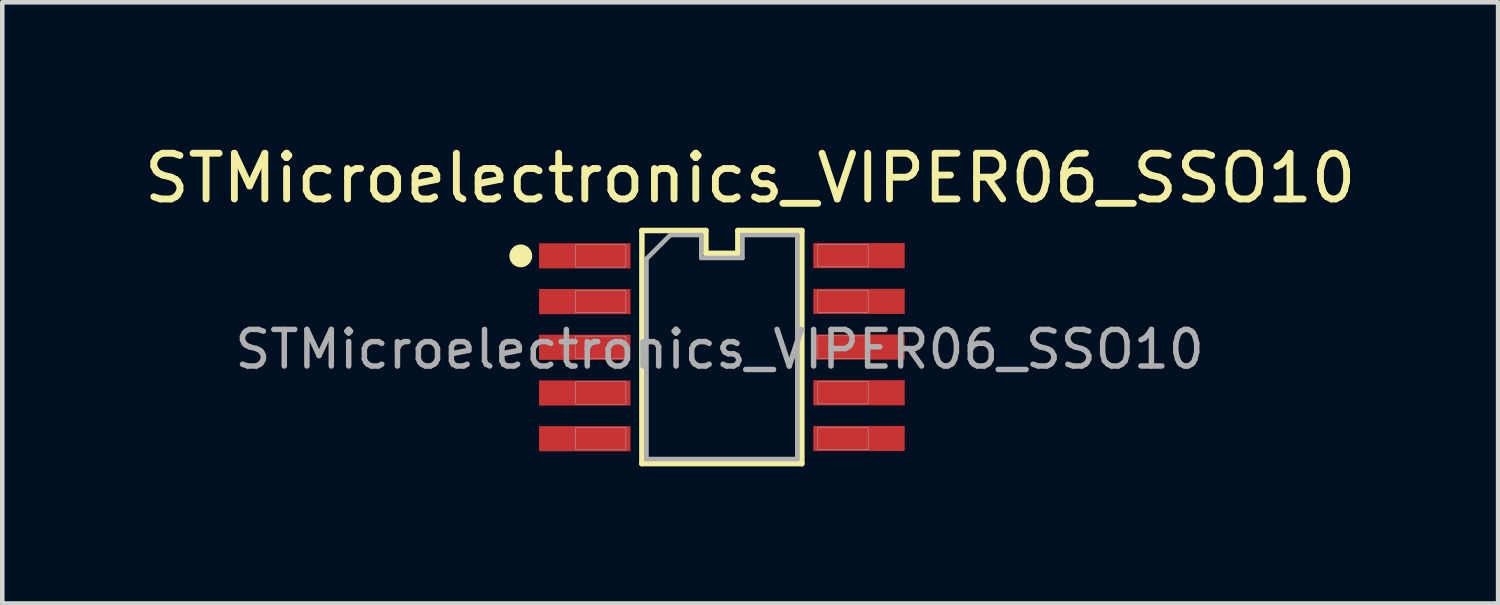
<source format=kicad_pcb>
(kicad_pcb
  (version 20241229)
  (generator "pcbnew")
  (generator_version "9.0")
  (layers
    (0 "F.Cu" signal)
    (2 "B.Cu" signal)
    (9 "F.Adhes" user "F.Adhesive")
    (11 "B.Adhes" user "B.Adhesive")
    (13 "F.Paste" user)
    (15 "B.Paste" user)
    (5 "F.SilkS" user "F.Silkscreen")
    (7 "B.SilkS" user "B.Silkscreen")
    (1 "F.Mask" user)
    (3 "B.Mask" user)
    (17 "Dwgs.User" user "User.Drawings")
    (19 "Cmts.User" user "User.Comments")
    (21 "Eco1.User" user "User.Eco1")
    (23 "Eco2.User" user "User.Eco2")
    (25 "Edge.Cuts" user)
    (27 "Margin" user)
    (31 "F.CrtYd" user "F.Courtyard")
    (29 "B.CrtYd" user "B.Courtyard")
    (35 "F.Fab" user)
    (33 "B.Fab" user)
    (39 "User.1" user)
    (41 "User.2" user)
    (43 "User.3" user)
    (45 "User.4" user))
  (footprint "STMicroelectronics_VIPER06_SSO10"
    (layer "F.Cu")
    (at 12.693 4.593)
    (property "Reference" "STMicroelectronics_VIPER06_SSO10" (at 0.67 -3.745 0) (layer "F.SilkS") (effects (font (size 1 1) (thickness 0.15))))
    (attr smd)
    (fp_line (start -1.7 -2.6) (end -0.3 -2.6) (stroke (width 0.12) (type solid)) (layer "F.SilkS"))
    (fp_line (start -1.7 2.5) (end -1.7 -2.6) (stroke (width 0.12) (type solid)) (layer "F.SilkS"))
    (fp_line (start -0.3 -2.6) (end -0.3 -2.1) (stroke (width 0.12) (type solid)) (layer "F.SilkS"))
    (fp_line (start -0.3 -2.1) (end 0.4 -2.1) (stroke (width 0.12) (type solid)) (layer "F.SilkS"))
    (fp_line (start 0.4 -2.6) (end 1.8 -2.6) (stroke (width 0.12) (type solid)) (layer "F.SilkS"))
    (fp_line (start 0.4 -2.1) (end 0.4 -2.6) (stroke (width 0.12) (type solid)) (layer "F.SilkS"))
    (fp_line (start 1.8 -2.6) (end 1.8 2.5) (stroke (width 0.12) (type solid)) (layer "F.SilkS"))
    (fp_line (start 1.8 2.5) (end -1.7 2.5) (stroke (width 0.12) (type solid)) (layer "F.SilkS"))
    (fp_circle (center -4.35 -2.045) (end -4.1 -2.045) (stroke (width 0) (type solid)) (fill yes) (layer "F.SilkS"))
    (fp_line (start -1.6 2.4) (end -1.6 -1.98) (stroke (width 0.1) (type solid)) (layer "F.Fab"))
    (fp_line (start -1.08 -2.5) (end -1.6 -1.98) (stroke (width 0.1) (type default)) (layer "F.Fab"))
    (fp_line (start -1.08 -2.5) (end -0.4 -2.5) (stroke (width 0.1) (type solid)) (layer "F.Fab"))
    (fp_line (start -0.4 -2.5) (end -0.4 -2) (stroke (width 0.1) (type solid)) (layer "F.Fab"))
    (fp_line (start -0.4 -2) (end 0.5 -2) (stroke (width 0.1) (type solid)) (layer "F.Fab"))
    (fp_line (start 0.5 -2.5) (end 1.7 -2.5) (stroke (width 0.1) (type solid)) (layer "F.Fab"))
    (fp_line (start 0.5 -2) (end 0.5 -2.5) (stroke (width 0.1) (type solid)) (layer "F.Fab"))
    (fp_line (start 1.7 -2.5) (end 1.7 2.4) (stroke (width 0.1) (type solid)) (layer "F.Fab"))
    (fp_line (start 1.7 2.4) (end -1.6 2.4) (stroke (width 0.1) (type solid)) (layer "F.Fab"))
    (fp_poly (pts (xy -2.05 -2.29) (xy -2.05 -1.8) (xy -3.15 -1.8) (xy -3.15 -2.29)) (stroke (width 0.01) (type solid)) (fill no) (layer "F.Fab"))
    (fp_poly (pts (xy -2.05 -1.29) (xy -2.05 -0.8) (xy -3.15 -0.8) (xy -3.15 -1.29)) (stroke (width 0.01) (type solid)) (fill no) (layer "F.Fab"))
    (fp_poly (pts (xy -2.05 -0.29) (xy -2.05 0.2) (xy -3.15 0.2) (xy -3.15 -0.29)) (stroke (width 0.01) (type solid)) (fill no) (layer "F.Fab"))
    (fp_poly (pts (xy -2.05 0.71) (xy -2.05 1.2) (xy -3.15 1.2) (xy -3.15 0.71)) (stroke (width 0.01) (type solid)) (fill no) (layer "F.Fab"))
    (fp_poly (pts (xy -2.05 1.71) (xy -2.05 2.2) (xy -3.15 2.2) (xy -3.15 1.71)) (stroke (width 0.01) (type solid)) (fill no) (layer "F.Fab"))
    (fp_poly (pts (xy 3.25 -2.295) (xy 3.25 -1.805) (xy 2.15 -1.805) (xy 2.15 -2.295)) (stroke (width 0.01) (type solid)) (fill no) (layer "F.Fab"))
    (fp_poly (pts (xy 3.25 -1.295) (xy 3.25 -0.805) (xy 2.15 -0.805) (xy 2.15 -1.295)) (stroke (width 0.01) (type solid)) (fill no) (layer "F.Fab"))
    (fp_poly (pts (xy 3.25 -0.295) (xy 3.25 0.195) (xy 2.15 0.195) (xy 2.15 -0.295)) (stroke (width 0.01) (type solid)) (fill no) (layer "F.Fab"))
    (fp_poly (pts (xy 3.25 0.705) (xy 3.25 1.195) (xy 2.15 1.195) (xy 2.15 0.705)) (stroke (width 0.01) (type solid)) (fill no) (layer "F.Fab"))
    (fp_poly (pts (xy 3.25 1.705) (xy 3.25 2.195) (xy 2.15 2.195) (xy 2.15 1.705)) (stroke (width 0.01) (type solid)) (fill no) (layer "F.Fab"))
    (fp_text user "${REFERENCE}" (at 0 0 0) (layer "F.Fab") (effects (font (size 0.8 0.8) (thickness 0.12))))
    (pad "1" smd rect (at -2.95 -2.045) (size 2 0.55) (layers "F.Cu" "F.Mask" "F.Paste"))
    (pad "2" smd rect (at -2.95 -1.045) (size 2 0.55) (layers "F.Cu" "F.Mask" "F.Paste"))
    (pad "3" smd rect (at -2.95 -0.045) (size 2 0.55) (layers "F.Cu" "F.Mask" "F.Paste"))
    (pad "4" smd rect (at -2.95 0.955) (size 2 0.55) (layers "F.Cu" "F.Mask" "F.Paste"))
    (pad "5" smd rect (at -2.95 1.955) (size 2 0.55) (layers "F.Cu" "F.Mask" "F.Paste"))
    (pad "6" smd rect (at 3.05 1.95) (size 2 0.55) (layers "F.Cu" "F.Mask" "F.Paste"))
    (pad "7" smd rect (at 3.05 0.95) (size 2 0.55) (layers "F.Cu" "F.Mask" "F.Paste"))
    (pad "8" smd rect (at 3.05 -0.05) (size 2 0.55) (layers "F.Cu" "F.Mask" "F.Paste"))
    (pad "9" smd rect (at 3.05 -1.05) (size 2 0.55) (layers "F.Cu" "F.Mask" "F.Paste"))
    (pad "10" smd rect (at 3.05 -2.05) (size 2 0.55) (layers "F.Cu" "F.Mask" "F.Paste")))
  (gr_rect
    (start -3 -3)
    (end 29.726 10.153)
    (stroke (width 0.1) (type default))
    (fill no)
    (layer "Edge.Cuts")))
</source>
